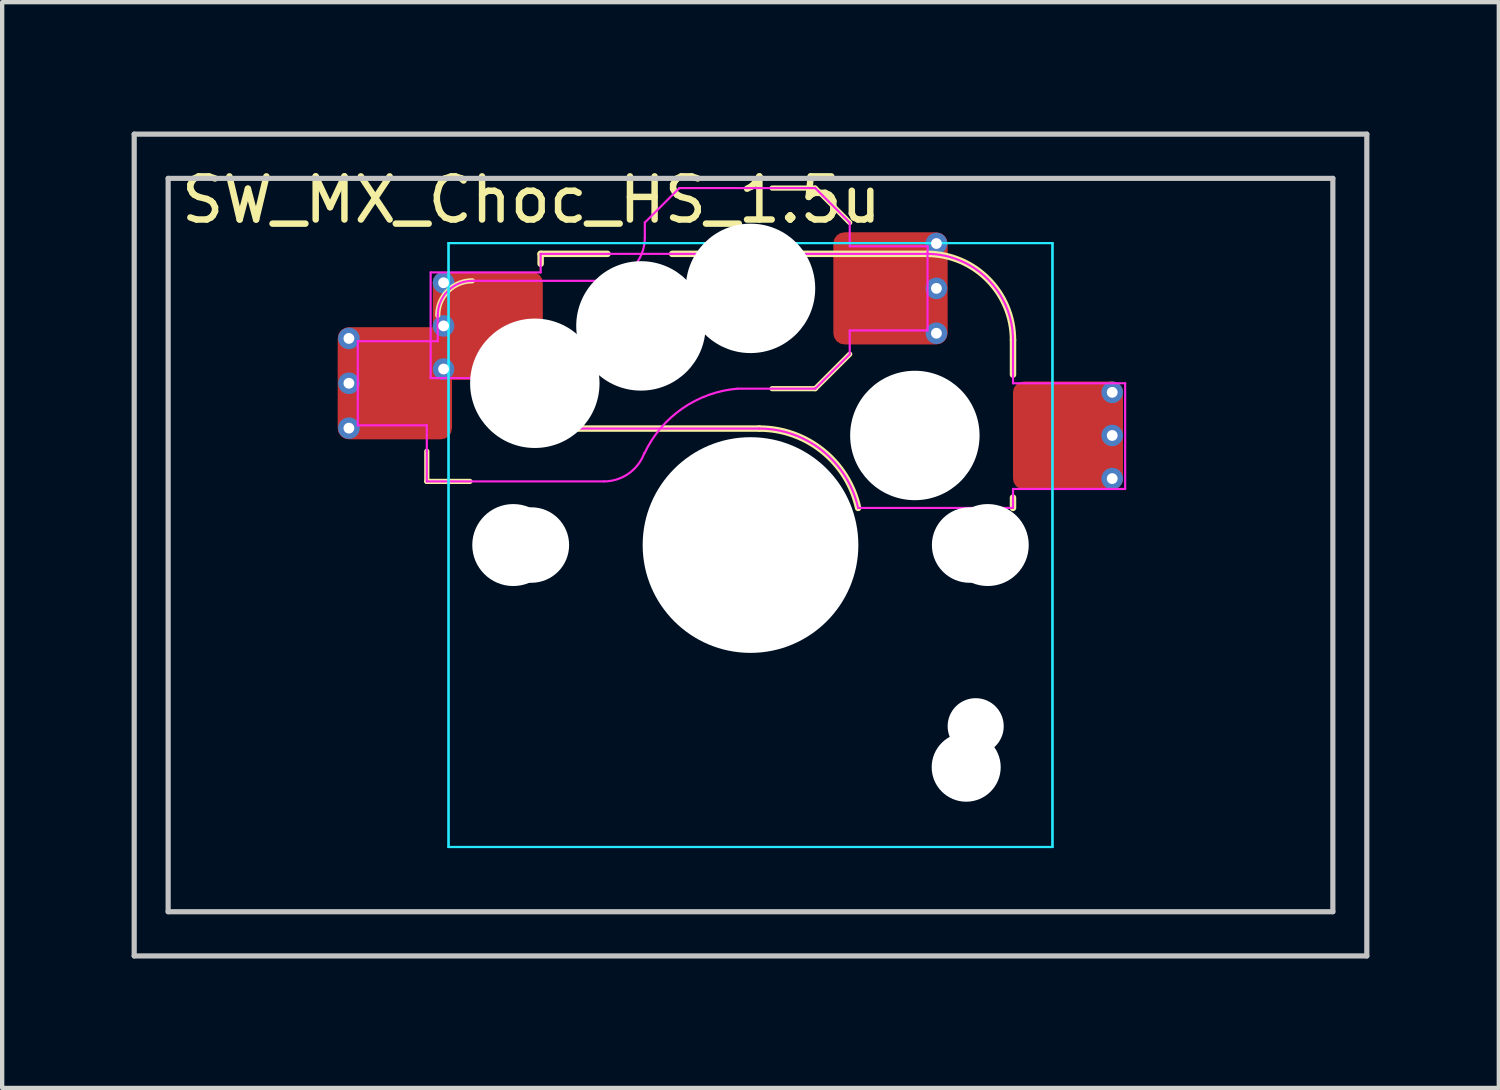
<source format=kicad_pcb>
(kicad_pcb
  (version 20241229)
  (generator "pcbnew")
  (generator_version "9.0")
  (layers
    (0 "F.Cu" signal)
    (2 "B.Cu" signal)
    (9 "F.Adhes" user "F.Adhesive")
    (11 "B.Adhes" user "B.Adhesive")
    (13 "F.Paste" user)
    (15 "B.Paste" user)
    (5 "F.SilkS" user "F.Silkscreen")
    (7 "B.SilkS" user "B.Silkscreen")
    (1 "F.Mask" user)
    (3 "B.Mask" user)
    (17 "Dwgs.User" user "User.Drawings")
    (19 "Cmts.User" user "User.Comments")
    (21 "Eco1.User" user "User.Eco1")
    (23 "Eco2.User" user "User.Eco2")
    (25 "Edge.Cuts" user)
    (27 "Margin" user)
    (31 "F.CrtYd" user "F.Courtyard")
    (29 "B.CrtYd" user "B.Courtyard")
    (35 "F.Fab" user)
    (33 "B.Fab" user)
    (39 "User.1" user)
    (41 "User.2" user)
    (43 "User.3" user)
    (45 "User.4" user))
  (footprint "SW_MX_Choc_HS_1.5u"
    (layer "F.Cu")
    (at 14.348 9.585)
    (property "Reference" "SW_MX_Choc_HS_1.5u" (at -5.08 -8.001 0) (layer "F.SilkS") (effects (font (size 1 1) (thickness 0.15))))
    (attr smd)
    (fp_line (start -7.504 -1.475) (end -7.504 -2.175) (stroke (width 0.12) (type solid)) (layer "F.SilkS"))
    (fp_line (start -7.504 -1.475) (end -6.504 -1.475) (stroke (width 0.12) (type solid)) (layer "F.SilkS"))
    (fp_line (start -4.865 -6.75) (end -4.865 -6.52) (stroke (width 0.15) (type solid)) (layer "F.SilkS"))
    (fp_line (start -4.865 -3.67) (end -4.865 -3.2) (stroke (width 0.15) (type solid)) (layer "F.SilkS"))
    (fp_line (start -4.365 -2.7) (end 0.2 -2.7) (stroke (width 0.15) (type solid)) (layer "F.SilkS"))
    (fp_line (start -3.315 -6.75) (end -4.865 -6.75) (stroke (width 0.15) (type solid)) (layer "F.SilkS"))
    (fp_line (start 1.5 -8.275) (end 0.5 -8.275) (stroke (width 0.12) (type solid)) (layer "F.SilkS"))
    (fp_line (start 1.5 -3.625) (end 0.5 -3.625) (stroke (width 0.12) (type solid)) (layer "F.SilkS"))
    (fp_line (start 1.5 -3.625) (end 2.3 -4.425) (stroke (width 0.12) (type solid)) (layer "F.SilkS"))
    (fp_line (start 2.3 -7.475) (end 1.5 -8.275) (stroke (width 0.12) (type solid)) (layer "F.SilkS"))
    (fp_line (start 4.085 -6.75) (end -1.815 -6.75) (stroke (width 0.15) (type solid)) (layer "F.SilkS"))
    (fp_line (start 6.085 -3.95) (end 6.085 -4.75) (stroke (width 0.15) (type solid)) (layer "F.SilkS"))
    (fp_line (start 6.085 -1.1) (end 6.085 -0.86) (stroke (width 0.15) (type solid)) (layer "F.SilkS"))
    (fp_arc (start -7.25 -5.325) (mid -7.015685 -5.890685) (end -6.45 -6.125) (stroke (width 0.12) (type solid)) (layer "F.SilkS"))
    (fp_arc (start -4.364824 -2.70022) (mid -4.718377 -2.846667) (end -4.864824 -3.20022) (stroke (width 0.15) (type solid)) (layer "F.SilkS"))
    (fp_arc (start 0.2 -2.70022) (mid 1.670693 -2.183637) (end 2.494322 -0.86022) (stroke (width 0.15) (type solid)) (layer "F.SilkS"))
    (fp_arc (start 4.085176 -6.75022) (mid 5.49939 -6.164434) (end 6.085176 -4.75022) (stroke (width 0.15) (type solid)) (layer "F.SilkS"))
    (fp_line (start -14.287 -9.525) (end 14.287 -9.525) (stroke (width 0.12) (type solid)) (layer "Dwgs.User"))
    (fp_line (start -14.287 9.525) (end -14.287 -9.525) (stroke (width 0.12) (type solid)) (layer "Dwgs.User"))
    (fp_line (start -13.5 -8.5) (end -13.5 8.5) (stroke (width 0.12) (type solid)) (layer "Dwgs.User"))
    (fp_line (start -13.5 8.5) (end 13.5 8.5) (stroke (width 0.12) (type solid)) (layer "Dwgs.User"))
    (fp_line (start 13.5 -8.5) (end -13.5 -8.5) (stroke (width 0.12) (type solid)) (layer "Dwgs.User"))
    (fp_line (start 13.5 8.5) (end 13.5 -8.5) (stroke (width 0.12) (type solid)) (layer "Dwgs.User"))
    (fp_line (start 14.287 -9.525) (end 14.287 9.525) (stroke (width 0.12) (type solid)) (layer "Dwgs.User"))
    (fp_line (start 14.287 9.525) (end -14.287 9.525) (stroke (width 0.12) (type solid)) (layer "Dwgs.User"))
    (fp_line (start -7 -6.5) (end -7 6.5) (stroke (width 0.05) (type solid)) (layer "Eco2.User"))
    (fp_line (start -6.95 -6.45) (end -6.95 6.45) (stroke (width 0.05) (type solid)) (layer "Eco2.User"))
    (fp_line (start -6.5 7) (end 6.5 7) (stroke (width 0.05) (type solid)) (layer "Eco2.User"))
    (fp_line (start -6.45 6.95) (end 6.45 6.95) (stroke (width 0.05) (type solid)) (layer "Eco2.User"))
    (fp_line (start 6.45 -6.95) (end -6.45 -6.95) (stroke (width 0.05) (type solid)) (layer "Eco2.User"))
    (fp_line (start 6.5 -7) (end -6.5 -7) (stroke (width 0.05) (type solid)) (layer "Eco2.User"))
    (fp_line (start 6.95 6.45) (end 6.95 -6.45) (stroke (width 0.05) (type solid)) (layer "Eco2.User"))
    (fp_line (start 7 6.5) (end 7 -6.5) (stroke (width 0.05) (type solid)) (layer "Eco2.User"))
    (fp_arc (start -7 -6.5) (mid -6.853553 -6.853553) (end -6.5 -7) (stroke (width 0.05) (type solid)) (layer "Eco2.User"))
    (fp_arc (start -6.95 -6.45) (mid -6.803553 -6.803553) (end -6.45 -6.95) (stroke (width 0.05) (type solid)) (layer "Eco2.User"))
    (fp_arc (start -6.497236 6.998884) (mid -6.850789 6.852437) (end -6.997236 6.498884) (stroke (width 0.05) (type solid)) (layer "Eco2.User"))
    (fp_arc (start -6.45 6.95) (mid -6.803553 6.803553) (end -6.95 6.45) (stroke (width 0.05) (type solid)) (layer "Eco2.User"))
    (fp_arc (start 6.45 -6.95) (mid 6.803553 -6.803553) (end 6.95 -6.45) (stroke (width 0.05) (type solid)) (layer "Eco2.User"))
    (fp_arc (start 6.5 -7) (mid 6.853553 -6.853553) (end 7 -6.5) (stroke (width 0.05) (type solid)) (layer "Eco2.User"))
    (fp_arc (start 6.95 6.45) (mid 6.803553 6.803553) (end 6.45 6.95) (stroke (width 0.05) (type solid)) (layer "Eco2.User"))
    (fp_arc (start 7 6.5) (mid 6.853553 6.853553) (end 6.5 7) (stroke (width 0.05) (type solid)) (layer "Eco2.User"))
    (fp_line (start -7 -7) (end -7 7) (stroke (width 0.05) (type solid)) (layer "B.CrtYd"))
    (fp_line (start -7 -7) (end 7 -7) (stroke (width 0.05) (type solid)) (layer "B.CrtYd"))
    (fp_line (start -7 7) (end -7 -7) (stroke (width 0.05) (type solid)) (layer "B.CrtYd"))
    (fp_line (start -7 7) (end 7 7) (stroke (width 0.05) (type solid)) (layer "B.CrtYd"))
    (fp_line (start 7 -7) (end -7 -7) (stroke (width 0.05) (type solid)) (layer "B.CrtYd"))
    (fp_line (start 7 -7) (end 7 7) (stroke (width 0.05) (type solid)) (layer "B.CrtYd"))
    (fp_line (start 7 7) (end -7 7) (stroke (width 0.05) (type solid)) (layer "B.CrtYd"))
    (fp_line (start 7 7) (end 7 -7) (stroke (width 0.05) (type solid)) (layer "B.CrtYd"))
    (fp_line (start -9.104 -4.725) (end -9.104 -2.775) (stroke (width 0.05) (type solid)) (layer "F.CrtYd"))
    (fp_line (start -9.104 -2.775) (end -7.504 -2.775) (stroke (width 0.05) (type solid)) (layer "F.CrtYd"))
    (fp_line (start -7.504 -2.175) (end -7.504 -2.775) (stroke (width 0.05) (type solid)) (layer "F.CrtYd"))
    (fp_line (start -7.504 -1.475) (end -7.504 -2.175) (stroke (width 0.05) (type solid)) (layer "F.CrtYd"))
    (fp_line (start -7.504 -1.475) (end -3.4 -1.475) (stroke (width 0.05) (type solid)) (layer "F.CrtYd"))
    (fp_line (start -7.415 -6.32) (end -4.865 -6.32) (stroke (width 0.05) (type solid)) (layer "F.CrtYd"))
    (fp_line (start -7.415 -3.87) (end -7.415 -6.32) (stroke (width 0.05) (type solid)) (layer "F.CrtYd"))
    (fp_line (start -7.25 -5.325) (end -7.25 -4.725) (stroke (width 0.05) (type solid)) (layer "F.CrtYd"))
    (fp_line (start -7.25 -4.725) (end -9.104 -4.725) (stroke (width 0.05) (type solid)) (layer "F.CrtYd"))
    (fp_line (start -4.865 -6.75) (end -4.865 -6.32) (stroke (width 0.05) (type solid)) (layer "F.CrtYd"))
    (fp_line (start -4.865 -3.87) (end -7.415 -3.87) (stroke (width 0.05) (type solid)) (layer "F.CrtYd"))
    (fp_line (start -4.865 -3.87) (end -4.865 -2.7) (stroke (width 0.05) (type solid)) (layer "F.CrtYd"))
    (fp_line (start -4.865 -2.7) (end 0.2 -2.7) (stroke (width 0.05) (type solid)) (layer "F.CrtYd"))
    (fp_line (start -3.45 -6.125) (end -6.45 -6.125) (stroke (width 0.05) (type solid)) (layer "F.CrtYd"))
    (fp_line (start -2.45 -7.475) (end -2.45 -7.125) (stroke (width 0.05) (type solid)) (layer "F.CrtYd"))
    (fp_line (start -2.45 -7.475) (end -1.65 -8.275) (stroke (width 0.05) (type solid)) (layer "F.CrtYd"))
    (fp_line (start 1.5 -8.275) (end -1.65 -8.275) (stroke (width 0.05) (type solid)) (layer "F.CrtYd"))
    (fp_line (start 1.5 -3.625) (end -0.3 -3.625) (stroke (width 0.05) (type solid)) (layer "F.CrtYd"))
    (fp_line (start 1.5 -3.625) (end 2.3 -4.425) (stroke (width 0.05) (type solid)) (layer "F.CrtYd"))
    (fp_line (start 2.3 -7.475) (end 1.5 -8.275) (stroke (width 0.05) (type solid)) (layer "F.CrtYd"))
    (fp_line (start 2.3 -7.475) (end 2.3 -6.925) (stroke (width 0.05) (type solid)) (layer "F.CrtYd"))
    (fp_line (start 2.3 -4.975) (end 2.3 -4.425) (stroke (width 0.05) (type solid)) (layer "F.CrtYd"))
    (fp_line (start 4.085 -6.75) (end -4.865 -6.75) (stroke (width 0.05) (type solid)) (layer "F.CrtYd"))
    (fp_line (start 4.104 -6.925) (end 2.3 -6.925) (stroke (width 0.05) (type solid)) (layer "F.CrtYd"))
    (fp_line (start 4.104 -4.975) (end 2.3 -4.975) (stroke (width 0.05) (type solid)) (layer "F.CrtYd"))
    (fp_line (start 4.104 -4.975) (end 4.104 -6.925) (stroke (width 0.05) (type solid)) (layer "F.CrtYd"))
    (fp_line (start 6.085 -3.75) (end 6.085 -4.75) (stroke (width 0.05) (type solid)) (layer "F.CrtYd"))
    (fp_line (start 6.085 -3.75) (end 8.685 -3.75) (stroke (width 0.05) (type solid)) (layer "F.CrtYd"))
    (fp_line (start 6.085 -1.3) (end 6.085 -0.86) (stroke (width 0.05) (type solid)) (layer "F.CrtYd"))
    (fp_line (start 6.085 -0.86) (end 2.494 -0.86) (stroke (width 0.05) (type solid)) (layer "F.CrtYd"))
    (fp_line (start 8.685 -3.75) (end 8.685 -1.3) (stroke (width 0.05) (type solid)) (layer "F.CrtYd"))
    (fp_line (start 8.685 -1.3) (end 6.085 -1.3) (stroke (width 0.05) (type solid)) (layer "F.CrtYd"))
    (fp_arc (start -7.25 -5.325) (mid -7.015685 -5.890685) (end -6.45 -6.125) (stroke (width 0.05) (type solid)) (layer "F.CrtYd"))
    (fp_arc (start -2.460307 -2.13298) (mid -2.826423 -1.655848) (end -3.4 -1.475) (stroke (width 0.05) (type solid)) (layer "F.CrtYd"))
    (fp_arc (start -2.455444 -2.13293) (mid -1.577272 -3.167235) (end -0.299999 -3.624999) (stroke (width 0.05) (type solid)) (layer "F.CrtYd"))
    (fp_arc (start -2.45 -7.125) (mid -2.742893 -6.417893) (end -3.45 -6.125) (stroke (width 0.05) (type solid)) (layer "F.CrtYd"))
    (fp_arc (start 0.2 -2.70022) (mid 1.670503 -2.183399) (end 2.494322 -0.86022) (stroke (width 0.05) (type solid)) (layer "F.CrtYd"))
    (fp_arc (start 4.085176 -6.75022) (mid 5.49939 -6.164434) (end 6.085176 -4.75022) (stroke (width 0.05) (type solid)) (layer "F.CrtYd"))
    (pad "" np_thru_hole circle (at -5.5 0) (size 1.9 1.9) (drill 1.9) (layers "*.Cu" "*.Mask"))
    (pad "" np_thru_hole circle (at -5.08 0) (size 1.75 1.75) (drill 1.75) (layers "*.Cu" "*.Mask"))
    (pad "" np_thru_hole circle (at -5 -3.75 180) (size 3 3) (drill 3) (layers "*.Cu" "*.Mask"))
    (pad "" np_thru_hole circle (at -2.54 -5.08) (size 3 3) (drill 3) (layers "*.Cu" "*.Mask"))
    (pad "" np_thru_hole circle (at 0 -5.95 180) (size 3 3) (drill 3) (layers "*.Cu" "*.Mask"))
    (pad "" np_thru_hole circle (at 0 0) (size 5 5) (drill 5) (layers "*.Cu" "*.Mask"))
    (pad "" np_thru_hole circle (at 3.81 -2.54) (size 3 3) (drill 3) (layers "*.Cu" "*.Mask"))
    (pad "" np_thru_hole circle (at 5 5.15) (size 1.6 1.6) (drill 1.6) (layers "*.Cu" "*.Mask"))
    (pad "" np_thru_hole circle (at 5.08 0) (size 1.75 1.75) (drill 1.75) (layers "*.Cu" "*.Mask"))
    (pad "" np_thru_hole circle (at 5.22 4.2) (size 1.3 1.3) (drill 1.3) (layers "*.Cu" "*.Mask"))
    (pad "" np_thru_hole circle (at 5.5 0) (size 1.9 1.9) (drill 1.9) (layers "*.Cu" "*.Mask"))
    (pad "1" thru_hole circle (at -9.31 -4.79) (size 0.5 0.5) (drill 0.25) (layers "*.Cu"))
    (pad "1" thru_hole circle (at -9.31 -3.75) (size 0.5 0.5) (drill 0.25) (layers "*.Cu"))
    (pad "1" thru_hole circle (at -9.31 -2.71) (size 0.5 0.5) (drill 0.25) (layers "*.Cu"))
    (pad "1" smd roundrect (at -8.245 -3.75 180) (size 2.65 2.6) (layers "F.Cu" "F.Mask" "F.Paste") (roundrect_rratio 0.1))
    (pad "1" thru_hole circle (at -7.115 -6.08) (size 0.5 0.5) (drill 0.25) (layers "*.Cu"))
    (pad "1" thru_hole circle (at -7.115 -5.08) (size 0.5 0.5) (drill 0.25) (layers "*.Cu"))
    (pad "1" thru_hole circle (at -7.115 -4.08) (size 0.5 0.5) (drill 0.25) (layers "*.Cu"))
    (pad "1" smd roundrect (at -6.09 -5.08) (size 2.55 2.5) (layers "F.Cu" "F.Mask" "F.Paste") (roundrect_rratio 0.1))
    (pad "2" smd roundrect (at 3.245 -5.95 180) (size 2.65 2.6) (layers "F.Cu" "F.Mask" "F.Paste") (roundrect_rratio 0.1))
    (pad "2" thru_hole circle (at 4.31 -6.99) (size 0.5 0.5) (drill 0.25) (layers "*.Cu"))
    (pad "2" thru_hole circle (at 4.31 -5.95) (size 0.5 0.5) (drill 0.25) (layers "*.Cu"))
    (pad "2" thru_hole circle (at 4.31 -4.91) (size 0.5 0.5) (drill 0.25) (layers "*.Cu"))
    (pad "2" smd roundrect (at 7.36 -2.54) (size 2.55 2.5) (layers "F.Cu" "F.Mask" "F.Paste") (roundrect_rratio 0.1))
    (pad "2" thru_hole circle (at 8.385 -3.54) (size 0.5 0.5) (drill 0.25) (layers "*.Cu"))
    (pad "2" thru_hole circle (at 8.385 -2.54) (size 0.5 0.5) (drill 0.25) (layers "*.Cu"))
    (pad "2" thru_hole circle (at 8.385 -1.54) (size 0.5 0.5) (drill 0.25) (layers "*.Cu")))
  (gr_rect
    (start -3 -3)
    (end 31.695 22.17)
    (stroke (width 0.1) (type default))
    (fill no)
    (layer "Edge.Cuts")))
</source>
